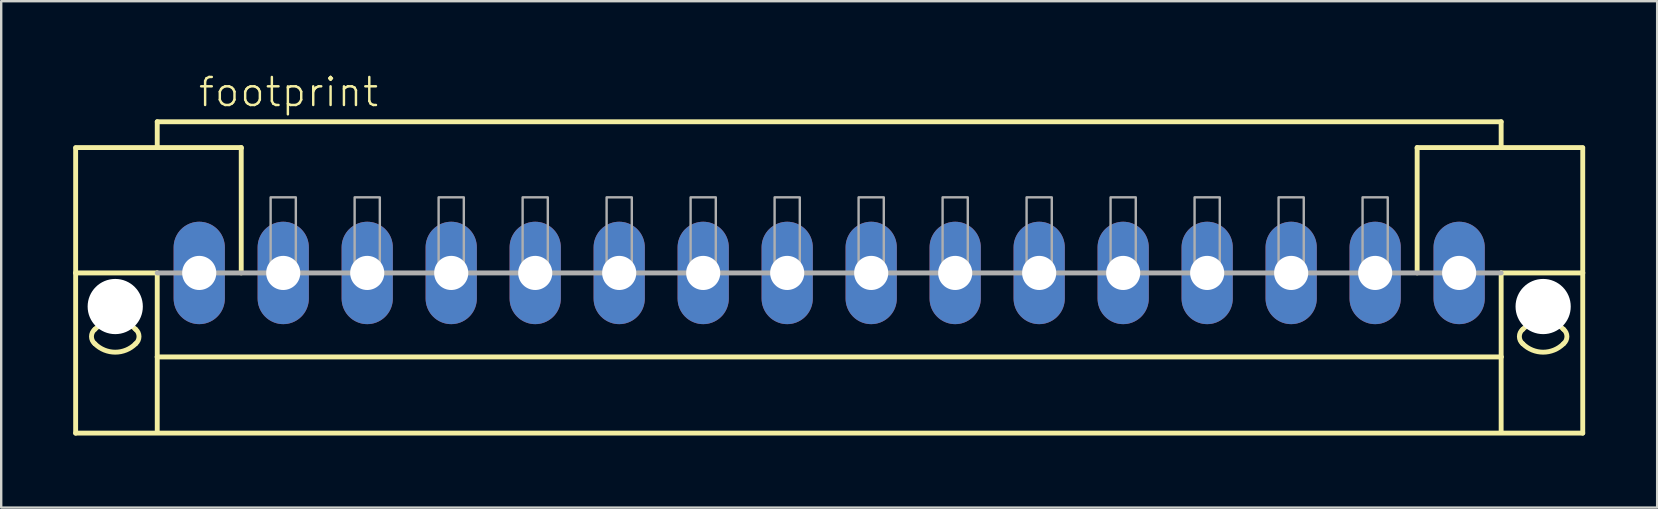
<source format=kicad_pcb>
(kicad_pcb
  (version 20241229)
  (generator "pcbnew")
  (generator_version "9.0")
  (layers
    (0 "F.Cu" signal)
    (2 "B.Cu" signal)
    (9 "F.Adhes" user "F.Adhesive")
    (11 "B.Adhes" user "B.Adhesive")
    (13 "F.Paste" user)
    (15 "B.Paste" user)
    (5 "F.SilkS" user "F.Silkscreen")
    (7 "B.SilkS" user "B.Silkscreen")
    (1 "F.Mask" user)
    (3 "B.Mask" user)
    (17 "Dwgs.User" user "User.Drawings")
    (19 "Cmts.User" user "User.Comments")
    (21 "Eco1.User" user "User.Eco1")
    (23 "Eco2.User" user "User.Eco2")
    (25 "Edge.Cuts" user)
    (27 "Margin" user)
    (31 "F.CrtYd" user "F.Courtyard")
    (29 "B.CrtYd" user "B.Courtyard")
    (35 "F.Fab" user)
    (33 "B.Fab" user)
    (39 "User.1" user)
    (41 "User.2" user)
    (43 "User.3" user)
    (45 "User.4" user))
  (footprint "footprint"
    (layer "F.Cu")
    (at 31.502 8.323)
    (property "Reference" "footprint" (at -26.35 -6.85 0) (layer "F.SilkS") (effects (font (size 1.168 1.168) (thickness 0.102)) (justify left bottom)))
    (fp_line (start -31.4 -5.225) (end -24.5 -5.225) (stroke (width 0.203) (type solid)) (layer "F.SilkS"))
    (fp_line (start -31.4 -5.2) (end -31.4 0) (stroke (width 0.203) (type solid)) (layer "F.SilkS"))
    (fp_line (start -31.4 0) (end -31.4 6.675) (stroke (width 0.203) (type solid)) (layer "F.SilkS"))
    (fp_line (start -31.4 0) (end -28 0) (stroke (width 0.203) (type solid)) (layer "F.SilkS"))
    (fp_line (start -31.4 6.675) (end 31.4 6.675) (stroke (width 0.203) (type solid)) (layer "F.SilkS"))
    (fp_line (start -28 -6.3) (end 28 -6.3) (stroke (width 0.203) (type solid)) (layer "F.SilkS"))
    (fp_line (start -28 -5.3) (end -28 -6.3) (stroke (width 0.203) (type solid)) (layer "F.SilkS"))
    (fp_line (start -28 0) (end -28 3.5) (stroke (width 0.203) (type solid)) (layer "F.SilkS"))
    (fp_line (start -28 3.5) (end 28 3.5) (stroke (width 0.203) (type solid)) (layer "F.SilkS"))
    (fp_line (start -28 6.65) (end -28 3.5) (stroke (width 0.203) (type solid)) (layer "F.SilkS"))
    (fp_line (start -24.5 -5.225) (end -24.5 -5.2) (stroke (width 0.203) (type solid)) (layer "F.SilkS"))
    (fp_line (start -24.5 -5.175) (end -24.5 0) (stroke (width 0.203) (type solid)) (layer "F.SilkS"))
    (fp_line (start 24.5 -5.225) (end 31.4 -5.225) (stroke (width 0.203) (type solid)) (layer "F.SilkS"))
    (fp_line (start 24.5 -5.2) (end 24.5 -5.225) (stroke (width 0.203) (type solid)) (layer "F.SilkS"))
    (fp_line (start 24.5 0) (end 24.5 -5.175) (stroke (width 0.203) (type solid)) (layer "F.SilkS"))
    (fp_line (start 28 -6.3) (end 28 -5.3) (stroke (width 0.203) (type solid)) (layer "F.SilkS"))
    (fp_line (start 28 3.5) (end 28 0) (stroke (width 0.203) (type solid)) (layer "F.SilkS"))
    (fp_line (start 28 6.65) (end 28 3.5) (stroke (width 0.203) (type solid)) (layer "F.SilkS"))
    (fp_line (start 31.4 0) (end 28 0) (stroke (width 0.203) (type solid)) (layer "F.SilkS"))
    (fp_line (start 31.4 0) (end 31.4 -5.2) (stroke (width 0.203) (type solid)) (layer "F.SilkS"))
    (fp_line (start 31.4 6.675) (end 31.4 0) (stroke (width 0.203) (type solid)) (layer "F.SilkS"))
    (fp_arc (start -30.6 2.35) (mid -29.75 1.997918) (end -28.9 2.35) (stroke (width 0.2032) (type solid)) (layer "F.SilkS"))
    (fp_arc (start -30.6 2.95) (mid -30.740512 2.65) (end -30.6 2.35) (stroke (width 0.2032) (type solid)) (layer "F.SilkS"))
    (fp_arc (start -28.9 2.95) (mid -29.75 3.302082) (end -30.6 2.95) (stroke (width 0.2032) (type solid)) (layer "F.SilkS"))
    (fp_arc (start -28.899999 2.350001) (mid -28.759487 2.650001) (end -28.9 2.95) (stroke (width 0.2032) (type solid)) (layer "F.SilkS"))
    (fp_arc (start 28.899999 2.949999) (mid 28.759487 2.649999) (end 28.9 2.35) (stroke (width 0.2032) (type solid)) (layer "F.SilkS"))
    (fp_arc (start 28.9 2.35) (mid 29.75 1.997918) (end 30.6 2.35) (stroke (width 0.2032) (type solid)) (layer "F.SilkS"))
    (fp_arc (start 30.6 2.35) (mid 30.740512 2.65) (end 30.6 2.95) (stroke (width 0.2032) (type solid)) (layer "F.SilkS"))
    (fp_arc (start 30.6 2.95) (mid 29.75 3.302082) (end 28.9 2.95) (stroke (width 0.2032) (type solid)) (layer "F.SilkS"))
    (fp_line (start 28 0) (end -28 0) (stroke (width 0.203) (type solid)) (layer "F.Fab"))
    (fp_poly (pts (xy -23.275 0) (xy -22.225 0) (xy -22.225 -3.15) (xy -23.275 -3.15)) (stroke (width 0.1) (type solid)) (fill no) (layer "F.Fab"))
    (fp_poly (pts (xy -19.775 0) (xy -18.725 0) (xy -18.725 -3.15) (xy -19.775 -3.15)) (stroke (width 0.1) (type solid)) (fill no) (layer "F.Fab"))
    (fp_poly (pts (xy -16.275 0) (xy -15.225 0) (xy -15.225 -3.15) (xy -16.275 -3.15)) (stroke (width 0.1) (type solid)) (fill no) (layer "F.Fab"))
    (fp_poly (pts (xy -12.775 0) (xy -11.725 0) (xy -11.725 -3.15) (xy -12.775 -3.15)) (stroke (width 0.1) (type solid)) (fill no) (layer "F.Fab"))
    (fp_poly (pts (xy -9.275 0) (xy -8.225 0) (xy -8.225 -3.15) (xy -9.275 -3.15)) (stroke (width 0.1) (type solid)) (fill no) (layer "F.Fab"))
    (fp_poly (pts (xy -5.775 0) (xy -4.725 0) (xy -4.725 -3.15) (xy -5.775 -3.15)) (stroke (width 0.1) (type solid)) (fill no) (layer "F.Fab"))
    (fp_poly (pts (xy -2.275 0) (xy -1.225 0) (xy -1.225 -3.15) (xy -2.275 -3.15)) (stroke (width 0.1) (type solid)) (fill no) (layer "F.Fab"))
    (fp_poly (pts (xy 1.225 0) (xy 2.275 0) (xy 2.275 -3.15) (xy 1.225 -3.15)) (stroke (width 0.1) (type solid)) (fill no) (layer "F.Fab"))
    (fp_poly (pts (xy 4.725 0) (xy 5.775 0) (xy 5.775 -3.15) (xy 4.725 -3.15)) (stroke (width 0.1) (type solid)) (fill no) (layer "F.Fab"))
    (fp_poly (pts (xy 8.225 0) (xy 9.275 0) (xy 9.275 -3.15) (xy 8.225 -3.15)) (stroke (width 0.1) (type solid)) (fill no) (layer "F.Fab"))
    (fp_poly (pts (xy 11.725 0) (xy 12.775 0) (xy 12.775 -3.15) (xy 11.725 -3.15)) (stroke (width 0.1) (type solid)) (fill no) (layer "F.Fab"))
    (fp_poly (pts (xy 15.225 0) (xy 16.275 0) (xy 16.275 -3.15) (xy 15.225 -3.15)) (stroke (width 0.1) (type solid)) (fill no) (layer "F.Fab"))
    (fp_poly (pts (xy 18.725 0) (xy 19.775 0) (xy 19.775 -3.15) (xy 18.725 -3.15)) (stroke (width 0.1) (type solid)) (fill no) (layer "F.Fab"))
    (fp_poly (pts (xy 22.225 0) (xy 23.275 0) (xy 23.275 -3.15) (xy 22.225 -3.15)) (stroke (width 0.1) (type solid)) (fill no) (layer "F.Fab"))
    (pad "" np_thru_hole circle (at -29.75 1.4) (size 2.3 2.3) (drill 2.3) (layers "*.Cu" "*.Mask"))
    (pad "" np_thru_hole circle (at 29.75 1.4) (size 2.3 2.3) (drill 2.3) (layers "*.Cu" "*.Mask"))
    (pad "1" thru_hole oval (at -26.25 0 90) (size 4.267 2.134) (drill 1.422) (layers "*.Cu" "*.Mask"))
    (pad "2" thru_hole oval (at -22.75 0 90) (size 4.267 2.134) (drill 1.422) (layers "*.Cu" "*.Mask"))
    (pad "3" thru_hole oval (at -19.25 0 90) (size 4.267 2.134) (drill 1.422) (layers "*.Cu" "*.Mask"))
    (pad "4" thru_hole oval (at -15.75 0 90) (size 4.267 2.134) (drill 1.422) (layers "*.Cu" "*.Mask"))
    (pad "5" thru_hole oval (at -12.25 0 90) (size 4.267 2.134) (drill 1.422) (layers "*.Cu" "*.Mask"))
    (pad "6" thru_hole oval (at -8.75 0 90) (size 4.267 2.134) (drill 1.422) (layers "*.Cu" "*.Mask"))
    (pad "7" thru_hole oval (at -5.25 0 90) (size 4.267 2.134) (drill 1.422) (layers "*.Cu" "*.Mask"))
    (pad "8" thru_hole oval (at -1.75 0 90) (size 4.267 2.134) (drill 1.422) (layers "*.Cu" "*.Mask"))
    (pad "9" thru_hole oval (at 1.75 0 90) (size 4.267 2.134) (drill 1.422) (layers "*.Cu" "*.Mask"))
    (pad "10" thru_hole oval (at 5.25 0 90) (size 4.267 2.134) (drill 1.422) (layers "*.Cu" "*.Mask"))
    (pad "11" thru_hole oval (at 8.75 0 90) (size 4.267 2.134) (drill 1.422) (layers "*.Cu" "*.Mask"))
    (pad "12" thru_hole oval (at 12.25 0 90) (size 4.267 2.134) (drill 1.422) (layers "*.Cu" "*.Mask"))
    (pad "13" thru_hole oval (at 15.75 0 90) (size 4.267 2.134) (drill 1.422) (layers "*.Cu" "*.Mask"))
    (pad "14" thru_hole oval (at 19.25 0 90) (size 4.267 2.134) (drill 1.422) (layers "*.Cu" "*.Mask"))
    (pad "15" thru_hole oval (at 22.75 0 90) (size 4.267 2.134) (drill 1.422) (layers "*.Cu" "*.Mask"))
    (pad "16" thru_hole oval (at 26.25 0 90) (size 4.267 2.134) (drill 1.422) (layers "*.Cu" "*.Mask")))
  (gr_rect
    (start -3 -3)
    (end 66.003 18.1)
    (stroke (width 0.1) (type default))
    (fill no)
    (layer "Edge.Cuts")))
</source>
